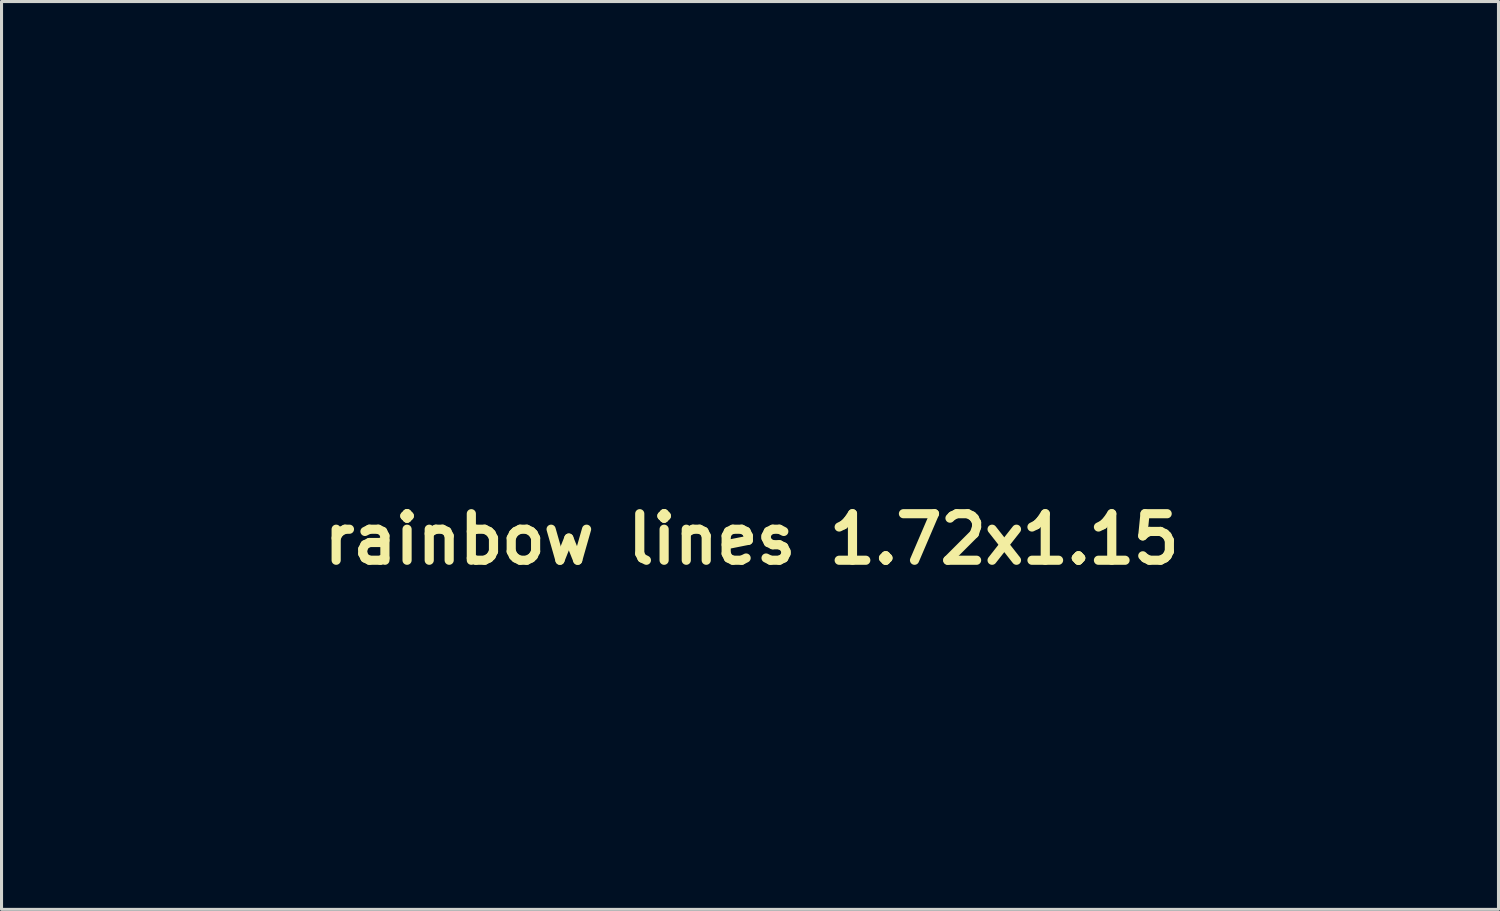
<source format=kicad_pcb>
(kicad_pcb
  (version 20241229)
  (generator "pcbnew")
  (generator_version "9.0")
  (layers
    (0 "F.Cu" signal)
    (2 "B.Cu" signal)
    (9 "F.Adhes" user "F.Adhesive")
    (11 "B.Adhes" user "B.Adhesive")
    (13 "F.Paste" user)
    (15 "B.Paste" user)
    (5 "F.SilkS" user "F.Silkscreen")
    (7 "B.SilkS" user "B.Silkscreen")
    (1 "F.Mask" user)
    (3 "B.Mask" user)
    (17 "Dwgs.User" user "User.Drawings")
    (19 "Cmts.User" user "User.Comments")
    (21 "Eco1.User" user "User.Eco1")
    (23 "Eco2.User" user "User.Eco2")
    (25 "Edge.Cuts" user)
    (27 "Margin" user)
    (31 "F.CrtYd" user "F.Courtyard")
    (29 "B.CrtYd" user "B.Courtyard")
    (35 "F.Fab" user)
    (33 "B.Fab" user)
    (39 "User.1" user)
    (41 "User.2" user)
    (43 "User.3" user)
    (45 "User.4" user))
  (footprint "rainbow lines 1.72x1.15"
    (layer "F.Cu")
    (at 21.566 14.608)
    (property "Reference" "rainbow lines 1.72x1.15" (at 0 0 0) (layer "F.SilkS") (effects (font (size 1.524 1.524) (thickness 0.3))))
    (attr board_only exclude_from_pos_files exclude_from_bom)
    (fp_poly (pts (xy 0.238 3.33) (xy 0.727 3.379) (xy 1.215 3.469) (xy 1.704 3.602) (xy 2.192 3.777) (xy 2.679 3.994) (xy 3.166 4.253) (xy 3.651 4.554) (xy 4.134 4.896) (xy 4.306 5.029) (xy 4.424 5.124) (xy 4.558 5.236) (xy 4.703 5.361) (xy 4.855 5.495) (xy 5.011 5.633) (xy 5.164 5.773) (xy 5.312 5.909) (xy 5.449 6.038) (xy 5.571 6.156) (xy 5.674 6.259) (xy 5.754 6.343) (xy 5.806 6.403) (xy 5.811 6.41) (xy 5.855 6.47) (xy 5.803 6.504) (xy 5.76 6.538) (xy 5.702 6.59) (xy 5.658 6.632) (xy 5.59 6.691) (xy 5.516 6.743) (xy 5.473 6.766) (xy 5.411 6.805) (xy 5.325 6.876) (xy 5.216 6.98) (xy 5.141 7.057) (xy 5.002 7.201) (xy 4.891 7.318) (xy 4.804 7.411) (xy 4.738 7.484) (xy 4.69 7.54) (xy 4.657 7.582) (xy 4.637 7.615) (xy 4.625 7.641) (xy 4.623 7.649) (xy 4.596 7.71) (xy 4.557 7.765) (xy 4.524 7.804) (xy 4.475 7.869) (xy 4.417 7.95) (xy 4.367 8.022) (xy 4.289 8.143) (xy 4.236 8.243) (xy 4.204 8.331) (xy 4.199 8.352) (xy 4.176 8.429) (xy 4.148 8.497) (xy 4.129 8.528) (xy 4.099 8.58) (xy 4.087 8.624) (xy 4.081 8.662) (xy 4.067 8.731) (xy 4.046 8.82) (xy 4.026 8.896) (xy 3.966 9.123) (xy 3.772 8.875) (xy 3.58 8.635) (xy 3.37 8.383) (xy 3.153 8.131) (xy 2.938 7.892) (xy 2.777 7.719) (xy 2.441 7.379) (xy 2.115 7.079) (xy 1.797 6.818) (xy 1.486 6.594) (xy 1.18 6.407) (xy 0.878 6.255) (xy 0.576 6.138) (xy 0.275 6.054) (xy 0.207 6.04) (xy 0.094 6.024) (xy -0.049 6.016) (xy -0.206 6.015) (xy -0.365 6.02) (xy -0.512 6.032) (xy -0.633 6.05) (xy -0.638 6.051) (xy -0.945 6.135) (xy -1.26 6.259) (xy -1.577 6.421) (xy -1.895 6.62) (xy -2.211 6.854) (xy -2.316 6.94) (xy -2.51 7.112) (xy -2.722 7.311) (xy -2.944 7.532) (xy -3.17 7.766) (xy -3.392 8.008) (xy -3.605 8.248) (xy -3.8 8.482) (xy -3.969 8.695) (xy -4.025 8.765) (xy -4.061 8.799) (xy -4.081 8.8) (xy -4.088 8.771) (xy -4.088 8.765) (xy -4.096 8.727) (xy -4.116 8.661) (xy -4.146 8.578) (xy -4.166 8.525) (xy -4.203 8.429) (xy -4.235 8.338) (xy -4.259 8.264) (xy -4.266 8.24) (xy -4.298 8.161) (xy -4.341 8.116) (xy -4.375 8.087) (xy -4.383 8.064) (xy -4.388 8.038) (xy -4.406 8.018) (xy -4.433 7.985) (xy -4.47 7.927) (xy -4.505 7.864) (xy -4.555 7.774) (xy -4.615 7.676) (xy -4.652 7.618) (xy -4.711 7.532) (xy -4.775 7.438) (xy -4.812 7.382) (xy -4.886 7.284) (xy -4.986 7.172) (xy -5.101 7.057) (xy -5.189 6.977) (xy -5.244 6.923) (xy -5.3 6.859) (xy -5.311 6.846) (xy -5.372 6.786) (xy -5.453 6.734) (xy -5.479 6.721) (xy -5.539 6.692) (xy -5.579 6.669) (xy -5.589 6.659) (xy -5.605 6.642) (xy -5.648 6.607) (xy -5.709 6.563) (xy -5.711 6.562) (xy -5.773 6.521) (xy -5.822 6.488) (xy -5.858 6.46) (xy -5.878 6.433) (xy -5.88 6.402) (xy -5.863 6.364) (xy -5.825 6.315) (xy -5.765 6.25) (xy -5.68 6.166) (xy -5.568 6.058) (xy -5.437 5.931) (xy -5.067 5.58) (xy -4.711 5.264) (xy -4.366 4.979) (xy -4.026 4.722) (xy -3.686 4.49) (xy -3.343 4.278) (xy -2.99 4.084) (xy -2.675 3.928) (xy -2.193 3.722) (xy -1.709 3.559) (xy -1.224 3.438) (xy -0.737 3.36) (xy -0.25 3.324)) (stroke (width 0) (type solid)) (fill yes) (layer "F.Mask"))
    (fp_poly (pts (xy 0.287 -14.604) (xy 0.823 -14.583) (xy 1.368 -14.546) (xy 1.912 -14.493) (xy 2.443 -14.426) (xy 2.679 -14.39) (xy 3.54 -14.232) (xy 4.391 -14.033) (xy 5.231 -13.793) (xy 6.06 -13.513) (xy 6.877 -13.193) (xy 7.682 -12.834) (xy 8.472 -12.437) (xy 9.249 -12.001) (xy 10.01 -11.528) (xy 10.756 -11.018) (xy 11.485 -10.471) (xy 12.198 -9.888) (xy 12.892 -9.269) (xy 13.568 -8.615) (xy 14.224 -7.926) (xy 14.861 -7.203) (xy 15.476 -6.447) (xy 16.07 -5.657) (xy 16.56 -4.957) (xy 17.142 -4.058) (xy 17.697 -3.128) (xy 18.223 -2.166) (xy 18.72 -1.175) (xy 19.187 -0.154) (xy 19.625 0.896) (xy 20.034 1.974) (xy 20.412 3.078) (xy 20.759 4.209) (xy 21.076 5.365) (xy 21.355 6.518) (xy 21.386 6.655) (xy 21.413 6.779) (xy 21.434 6.881) (xy 21.45 6.958) (xy 21.458 7.003) (xy 21.458 7.012) (xy 21.438 7.002) (xy 21.389 6.966) (xy 21.314 6.906) (xy 21.216 6.824) (xy 21.099 6.722) (xy 21.037 6.668) (xy 20.905 6.559) (xy 20.792 6.484) (xy 20.719 6.448) (xy 20.635 6.408) (xy 20.591 6.371) (xy 20.583 6.353) (xy 20.29 5.195) (xy 19.968 4.065) (xy 19.618 2.963) (xy 19.239 1.89) (xy 18.833 0.846) (xy 18.399 -0.169) (xy 17.937 -1.153) (xy 17.448 -2.107) (xy 16.932 -3.03) (xy 16.389 -3.921) (xy 15.819 -4.781) (xy 15.224 -5.607) (xy 14.602 -6.401) (xy 13.955 -7.161) (xy 13.282 -7.888) (xy 12.843 -8.33) (xy 12.511 -8.65) (xy 12.197 -8.944) (xy 11.891 -9.217) (xy 11.586 -9.478) (xy 11.273 -9.735) (xy 10.943 -9.994) (xy 10.754 -10.137) (xy 10.013 -10.672) (xy 9.26 -11.166) (xy 8.494 -11.62) (xy 7.717 -12.033) (xy 6.928 -12.405) (xy 6.128 -12.736) (xy 5.316 -13.027) (xy 4.494 -13.277) (xy 3.661 -13.485) (xy 2.818 -13.652) (xy 1.965 -13.778) (xy 1.102 -13.863) (xy 0.826 -13.881) (xy 0.365 -13.902) (xy -0.081 -13.909) (xy -0.525 -13.902) (xy -0.978 -13.88) (xy -1.454 -13.844) (xy -1.653 -13.825) (xy -2.494 -13.722) (xy -3.326 -13.577) (xy -4.15 -13.392) (xy -4.964 -13.165) (xy -5.767 -12.899) (xy -6.559 -12.594) (xy -7.339 -12.249) (xy -8.106 -11.865) (xy -8.86 -11.444) (xy -9.6 -10.984) (xy -10.325 -10.488) (xy -11.035 -9.955) (xy -11.728 -9.385) (xy -12.405 -8.78) (xy -13.064 -8.14) (xy -13.704 -7.464) (xy -14.325 -6.754) (xy -14.927 -6.01) (xy -15.507 -5.233) (xy -16.067 -4.423) (xy -16.09 -4.388) (xy -16.657 -3.496) (xy -17.196 -2.574) (xy -17.708 -1.622) (xy -18.193 -0.64) (xy -18.651 0.374) (xy -19.082 1.419) (xy -19.487 2.497) (xy -19.866 3.607) (xy -20.219 4.751) (xy -20.531 5.874) (xy -20.67 6.398) (xy -20.782 6.455) (xy -20.882 6.516) (xy -21.009 6.61) (xy -21.16 6.735) (xy -21.337 6.893) (xy -21.395 6.946) (xy -21.468 7.012) (xy -21.524 7.057) (xy -21.558 7.078) (xy -21.566 7.073) (xy -21.557 7.041) (xy -21.541 6.973) (xy -21.518 6.878) (xy -21.489 6.76) (xy -21.458 6.628) (xy -21.442 6.563) (xy -21.292 5.953) (xy -21.124 5.319) (xy -20.941 4.671) (xy -20.748 4.021) (xy -20.546 3.382) (xy -20.354 2.806) (xy -19.973 1.743) (xy -19.567 0.708) (xy -19.135 -0.299) (xy -18.678 -1.277) (xy -18.197 -2.225) (xy -17.693 -3.143) (xy -17.165 -4.03) (xy -16.614 -4.886) (xy -16.041 -5.71) (xy -15.446 -6.502) (xy -14.829 -7.26) (xy -14.192 -7.986) (xy -13.534 -8.677) (xy -12.856 -9.333) (xy -12.159 -9.954) (xy -11.442 -10.539) (xy -10.707 -11.088) (xy -9.954 -11.6) (xy -9.183 -12.075) (xy -8.395 -12.511) (xy -7.591 -12.909) (xy -7.038 -13.156) (xy -6.234 -13.478) (xy -5.426 -13.758) (xy -4.611 -13.998) (xy -3.789 -14.198) (xy -2.954 -14.359) (xy -2.106 -14.48) (xy -1.241 -14.563) (xy -0.718 -14.595) (xy -0.23 -14.608)) (stroke (width 0) (type solid)) (fill yes) (layer "F.Mask"))
    (fp_poly (pts (xy 0.173 -7.157) (xy 0.386 -7.155) (xy 0.571 -7.151) (xy 0.737 -7.145) (xy 0.89 -7.135) (xy 1.039 -7.122) (xy 1.191 -7.104) (xy 1.355 -7.082) (xy 1.539 -7.055) (xy 1.707 -7.028) (xy 2.388 -6.897) (xy 3.063 -6.724) (xy 3.734 -6.51) (xy 4.398 -6.254) (xy 5.055 -5.957) (xy 5.706 -5.62) (xy 6.348 -5.243) (xy 6.983 -4.827) (xy 7.608 -4.371) (xy 8.225 -3.876) (xy 8.831 -3.343) (xy 9.427 -2.771) (xy 10.012 -2.162) (xy 10.586 -1.515) (xy 11.147 -0.832) (xy 11.696 -0.111) (xy 11.801 0.032) (xy 12.073 0.417) (xy 12.355 0.833) (xy 12.642 1.273) (xy 12.929 1.728) (xy 13.21 2.189) (xy 13.481 2.648) (xy 13.736 3.097) (xy 13.97 3.528) (xy 13.972 3.531) (xy 14 3.585) (xy 13.486 3.591) (xy 13.236 3.596) (xy 13.022 3.603) (xy 12.836 3.615) (xy 12.672 3.631) (xy 12.521 3.654) (xy 12.375 3.684) (xy 12.229 3.722) (xy 12.073 3.77) (xy 11.939 3.815) (xy 11.742 3.886) (xy 11.582 3.951) (xy 11.452 4.013) (xy 11.346 4.076) (xy 11.269 4.132) (xy 11.222 4.168) (xy 11.188 4.189) (xy 11.181 4.191) (xy 11.165 4.173) (xy 11.131 4.125) (xy 11.083 4.052) (xy 11.024 3.96) (xy 10.966 3.866) (xy 10.457 3.059) (xy 9.942 2.291) (xy 9.42 1.561) (xy 8.892 0.871) (xy 8.359 0.22) (xy 7.82 -0.391) (xy 7.277 -0.962) (xy 6.729 -1.493) (xy 6.176 -1.983) (xy 5.62 -2.431) (xy 5.059 -2.839) (xy 4.495 -3.205) (xy 3.928 -3.529) (xy 3.595 -3.699) (xy 3.095 -3.927) (xy 2.605 -4.12) (xy 2.117 -4.279) (xy 1.623 -4.407) (xy 1.114 -4.507) (xy 0.791 -4.555) (xy 0.588 -4.576) (xy 0.353 -4.592) (xy 0.099 -4.601) (xy -0.166 -4.604) (xy -0.428 -4.601) (xy -0.676 -4.592) (xy -0.9 -4.576) (xy -1 -4.566) (xy -1.571 -4.48) (xy -2.136 -4.356) (xy -2.696 -4.193) (xy -3.252 -3.99) (xy -3.806 -3.748) (xy -4.357 -3.466) (xy -4.908 -3.143) (xy -5.459 -2.779) (xy -6.01 -2.373) (xy -6.564 -1.926) (xy -6.611 -1.886) (xy -6.806 -1.714) (xy -7.022 -1.515) (xy -7.254 -1.293) (xy -7.496 -1.053) (xy -7.744 -0.802) (xy -7.991 -0.544) (xy -8.232 -0.286) (xy -8.463 -0.032) (xy -8.677 0.212) (xy -8.777 0.33) (xy -9.119 0.747) (xy -9.471 1.196) (xy -9.826 1.671) (xy -10.179 2.162) (xy -10.525 2.663) (xy -10.858 3.166) (xy -11.173 3.663) (xy -11.275 3.829) (xy -11.331 3.92) (xy -11.378 3.997) (xy -11.412 4.053) (xy -11.43 4.081) (xy -11.431 4.082) (xy -11.451 4.077) (xy -11.494 4.052) (xy -11.52 4.036) (xy -11.595 3.992) (xy -11.679 3.952) (xy -11.7 3.944) (xy -11.776 3.909) (xy -11.849 3.868) (xy -11.866 3.856) (xy -11.947 3.811) (xy -12.063 3.766) (xy -12.209 3.722) (xy -12.377 3.681) (xy -12.561 3.644) (xy -12.754 3.613) (xy -12.948 3.59) (xy -13.004 3.585) (xy -13.073 3.582) (xy -13.172 3.581) (xy -13.293 3.583) (xy -13.429 3.587) (xy -13.571 3.592) (xy -13.711 3.599) (xy -13.841 3.606) (xy -13.952 3.614) (xy -14.037 3.622) (xy -14.087 3.629) (xy -14.089 3.63) (xy -14.106 3.632) (xy -14.112 3.622) (xy -14.107 3.597) (xy -14.087 3.55) (xy -14.05 3.477) (xy -13.996 3.374) (xy -13.971 3.327) (xy -13.475 2.428) (xy -12.965 1.569) (xy -12.442 0.75) (xy -11.904 -0.03) (xy -11.351 -0.771) (xy -10.784 -1.474) (xy -10.201 -2.139) (xy -9.603 -2.766) (xy -8.989 -3.357) (xy -8.358 -3.911) (xy -8.13 -4.099) (xy -7.512 -4.577) (xy -6.882 -5.016) (xy -6.243 -5.416) (xy -5.594 -5.776) (xy -4.938 -6.095) (xy -4.274 -6.375) (xy -3.603 -6.613) (xy -2.927 -6.809) (xy -2.247 -6.964) (xy -1.827 -7.039) (xy -1.63 -7.069) (xy -1.455 -7.094) (xy -1.292 -7.113) (xy -1.136 -7.129) (xy -0.976 -7.14) (xy -0.807 -7.148) (xy -0.621 -7.153) (xy -0.408 -7.156) (xy -0.163 -7.157) (xy -0.076 -7.157)) (stroke (width 0) (type solid)) (fill yes) (layer "F.Mask")))
  (gr_rect
    (start -3 -3)
    (end 46.024 26.731)
    (stroke (width 0.1) (type default))
    (fill no)
    (layer "Edge.Cuts")))
</source>
